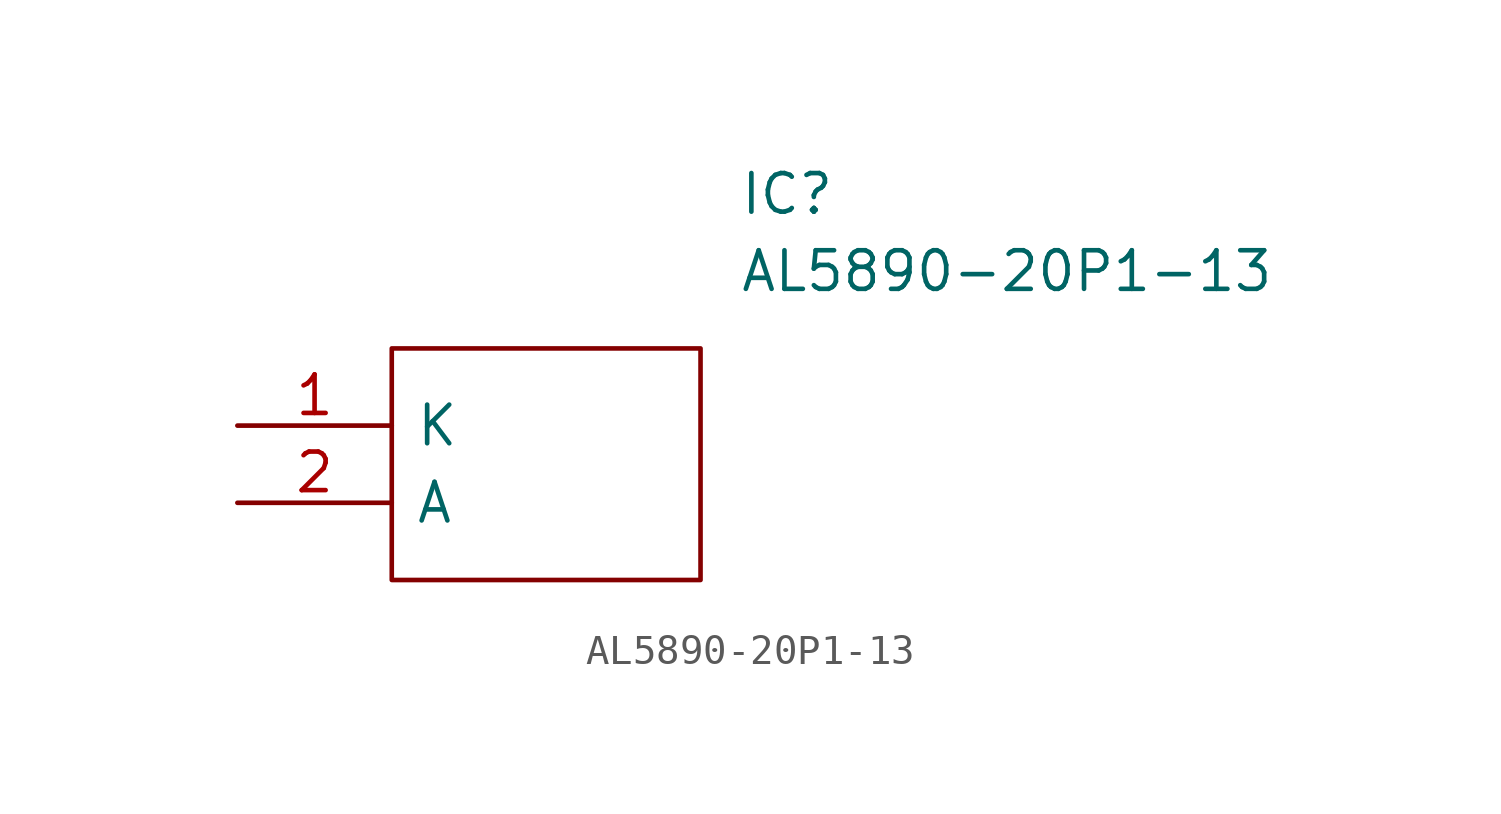
<source format=kicad_sym>
(kicad_symbol_lib
  (version 20211014)
  (generator kicad_symbol_editor)
  (symbol "AL5890-20P1-13"
    (pin_names
      (offset 0.762))
    (property "Reference" "IC"
      (at 16.51 7.62 0)
      (effects (font (size 1.27 1.27)) (justify left)))
    (property "Value" "AL5890-20P1-13"
      (at 16.51 5.08 0)
      (effects (font (size 1.27 1.27)) (justify left)))
    (symbol "AL5890-20P1-13_0_0"
      (pin passive line (at 0 0 0) (length 5.08) (name "K" (effects (font (size 1.27 1.27)))) (number "1" (effects (font (size 1.27 1.27)))))
      (pin passive line (at 0 -2.54 0) (length 5.08) (name "A" (effects (font (size 1.27 1.27)))) (number "2" (effects (font (size 1.27 1.27))))))
    (symbol "AL5890-20P1-13_0_1"
      (polyline (pts (xy 5.08 2.54) (xy 15.24 2.54) (xy 15.24 -5.08) (xy 5.08 -5.08) (xy 5.08 2.54)) (stroke (width 0.152) (type default) (color 0 0 0 0)) (fill (type none))))))
</source>
